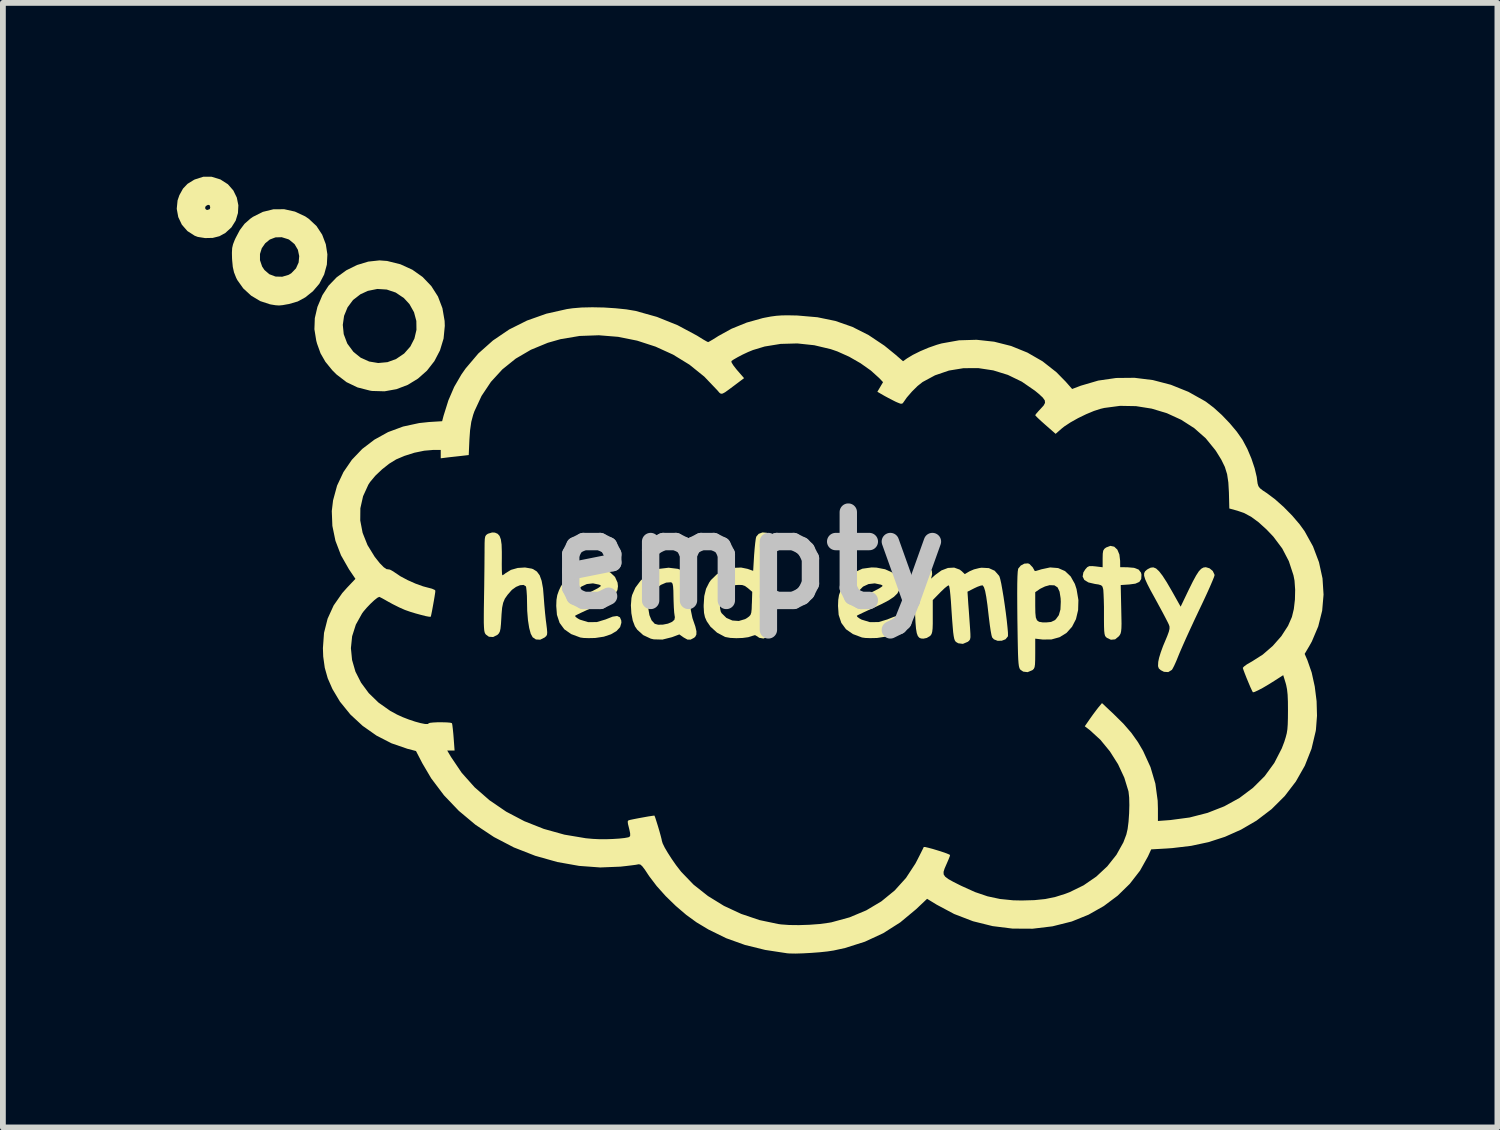
<source format=kicad_pcb>
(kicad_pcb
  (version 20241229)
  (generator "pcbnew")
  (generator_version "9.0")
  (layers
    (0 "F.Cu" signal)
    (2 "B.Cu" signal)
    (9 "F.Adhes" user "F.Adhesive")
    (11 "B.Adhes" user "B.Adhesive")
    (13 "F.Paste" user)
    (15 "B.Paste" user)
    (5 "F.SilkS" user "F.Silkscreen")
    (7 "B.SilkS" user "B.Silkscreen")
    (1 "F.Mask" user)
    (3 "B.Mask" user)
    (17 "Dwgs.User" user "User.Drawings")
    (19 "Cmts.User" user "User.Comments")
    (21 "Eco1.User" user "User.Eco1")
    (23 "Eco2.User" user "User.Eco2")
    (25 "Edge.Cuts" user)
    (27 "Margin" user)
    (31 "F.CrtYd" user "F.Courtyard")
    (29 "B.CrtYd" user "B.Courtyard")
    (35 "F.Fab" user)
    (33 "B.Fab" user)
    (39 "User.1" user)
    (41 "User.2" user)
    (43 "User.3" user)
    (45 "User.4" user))
  (footprint "empty"
    (layer "F.Cu")
    (at 9.882 6.621)
    (property "Reference" "empty" (at 0 0 0) (layer "Dwgs.User") (effects (font (size 1.524 1.524) (thickness 0.3))))
    (attr board_only exclude_from_pos_files exclude_from_bom)
    (fp_poly (pts (xy -9.133 -6.576) (xy -9.128 -6.574) (xy -9 -6.492) (xy -8.906 -6.385) (xy -8.846 -6.262) (xy -8.819 -6.129) (xy -8.826 -5.995) (xy -8.865 -5.865) (xy -8.938 -5.748) (xy -9.044 -5.651) (xy -9.146 -5.595) (xy -9.261 -5.566) (xy -9.393 -5.563) (xy -9.519 -5.583) (xy -9.572 -5.603) (xy -9.698 -5.684) (xy -9.794 -5.794) (xy -9.856 -5.925) (xy -9.882 -6.067) (xy -9.881 -6.081) (xy -9.394 -6.081) (xy -9.377 -6.054) (xy -9.352 -6.048) (xy -9.312 -6.063) (xy -9.304 -6.096) (xy -9.317 -6.133) (xy -9.344 -6.136) (xy -9.382 -6.115) (xy -9.394 -6.081) (xy -9.881 -6.081) (xy -9.868 -6.213) (xy -9.837 -6.303) (xy -9.774 -6.417) (xy -9.696 -6.499) (xy -9.589 -6.565) (xy -9.572 -6.574) (xy -9.425 -6.621) (xy -9.281 -6.621)) (stroke (width 0) (type solid)) (fill yes) (layer "F.SilkS"))
    (fp_poly (pts (xy 6.294 -0.238) (xy 6.348 -0.187) (xy 6.383 -0.103) (xy 6.396 0.006) (xy 6.397 0.116) (xy 6.519 0.117) (xy 6.636 0.127) (xy 6.715 0.157) (xy 6.756 0.21) (xy 6.764 0.245) (xy 6.76 0.32) (xy 6.727 0.37) (xy 6.659 0.4) (xy 6.555 0.414) (xy 6.406 0.424) (xy 6.415 0.834) (xy 6.418 0.982) (xy 6.42 1.091) (xy 6.418 1.168) (xy 6.413 1.221) (xy 6.405 1.257) (xy 6.392 1.284) (xy 6.374 1.308) (xy 6.31 1.361) (xy 6.237 1.368) (xy 6.169 1.336) (xy 6.15 1.32) (xy 6.136 1.3) (xy 6.127 1.267) (xy 6.121 1.215) (xy 6.118 1.135) (xy 6.117 1.021) (xy 6.117 0.932) (xy 6.117 0.8) (xy 6.114 0.679) (xy 6.11 0.58) (xy 6.106 0.512) (xy 6.103 0.493) (xy 6.091 0.451) (xy 6.068 0.428) (xy 6.022 0.414) (xy 5.961 0.405) (xy 5.849 0.379) (xy 5.778 0.336) (xy 5.749 0.277) (xy 5.762 0.205) (xy 5.796 0.152) (xy 5.829 0.115) (xy 5.863 0.098) (xy 5.915 0.097) (xy 5.97 0.102) (xy 6.094 0.117) (xy 6.094 -0.034) (xy 6.096 -0.118) (xy 6.104 -0.169) (xy 6.124 -0.201) (xy 6.154 -0.224) (xy 6.228 -0.252)) (stroke (width 0) (type solid)) (fill yes) (layer "F.SilkS"))
    (fp_poly (pts (xy -7.843 -6.02) (xy -7.667 -5.938) (xy -7.605 -5.896) (xy -7.471 -5.771) (xy -7.373 -5.622) (xy -7.31 -5.456) (xy -7.283 -5.282) (xy -7.292 -5.105) (xy -7.339 -4.934) (xy -7.422 -4.775) (xy -7.533 -4.645) (xy -7.664 -4.54) (xy -7.795 -4.469) (xy -7.946 -4.425) (xy -7.966 -4.422) (xy -8.054 -4.406) (xy -8.118 -4.4) (xy -8.177 -4.404) (xy -8.251 -4.416) (xy -8.276 -4.421) (xy -8.443 -4.476) (xy -8.599 -4.57) (xy -8.734 -4.694) (xy -8.838 -4.84) (xy -8.858 -4.88) (xy -8.894 -4.971) (xy -8.915 -5.064) (xy -8.926 -5.179) (xy -8.928 -5.212) (xy -8.93 -5.289) (xy -8.446 -5.289) (xy -8.446 -5.181) (xy -8.409 -5.072) (xy -8.369 -5.012) (xy -8.284 -4.939) (xy -8.178 -4.899) (xy -8.062 -4.896) (xy -7.951 -4.929) (xy -7.906 -4.956) (xy -7.825 -5.04) (xy -7.779 -5.142) (xy -7.769 -5.252) (xy -7.792 -5.361) (xy -7.849 -5.458) (xy -7.938 -5.532) (xy -7.955 -5.542) (xy -8.071 -5.578) (xy -8.179 -5.575) (xy -8.276 -5.538) (xy -8.356 -5.473) (xy -8.415 -5.388) (xy -8.446 -5.289) (xy -8.93 -5.289) (xy -8.93 -5.316) (xy -8.926 -5.391) (xy -8.911 -5.456) (xy -8.883 -5.528) (xy -8.868 -5.561) (xy -8.794 -5.701) (xy -8.713 -5.809) (xy -8.612 -5.898) (xy -8.568 -5.929) (xy -8.397 -6.015) (xy -8.214 -6.06) (xy -8.028 -6.061)) (stroke (width 0) (type solid)) (fill yes) (layer "F.SilkS"))
    (fp_poly (pts (xy 7.938 0.135) (xy 7.994 0.181) (xy 8.023 0.241) (xy 8.025 0.256) (xy 8.015 0.288) (xy 7.987 0.357) (xy 7.945 0.455) (xy 7.89 0.577) (xy 7.825 0.717) (xy 7.754 0.866) (xy 7.677 1.029) (xy 7.602 1.191) (xy 7.533 1.342) (xy 7.474 1.475) (xy 7.428 1.581) (xy 7.404 1.639) (xy 7.365 1.735) (xy 7.328 1.817) (xy 7.298 1.874) (xy 7.287 1.889) (xy 7.226 1.926) (xy 7.152 1.921) (xy 7.097 1.893) (xy 7.063 1.862) (xy 7.05 1.823) (xy 7.053 1.757) (xy 7.054 1.747) (xy 7.068 1.68) (xy 7.097 1.585) (xy 7.136 1.478) (xy 7.165 1.409) (xy 7.209 1.304) (xy 7.236 1.23) (xy 7.248 1.179) (xy 7.248 1.141) (xy 7.239 1.112) (xy 7.22 1.071) (xy 7.182 0.997) (xy 7.13 0.898) (xy 7.067 0.782) (xy 7.002 0.662) (xy 6.922 0.517) (xy 6.865 0.406) (xy 6.828 0.324) (xy 6.81 0.264) (xy 6.81 0.221) (xy 6.826 0.188) (xy 6.857 0.16) (xy 6.875 0.148) (xy 6.923 0.124) (xy 6.969 0.119) (xy 7.016 0.138) (xy 7.067 0.185) (xy 7.126 0.261) (xy 7.198 0.372) (xy 7.285 0.521) (xy 7.311 0.567) (xy 7.44 0.797) (xy 7.581 0.503) (xy 7.651 0.362) (xy 7.707 0.259) (xy 7.753 0.188) (xy 7.794 0.144) (xy 7.833 0.122) (xy 7.874 0.116)) (stroke (width 0) (type solid)) (fill yes) (layer "F.SilkS"))
    (fp_poly (pts (xy -6.252 -5.168) (xy -6.023 -5.111) (xy -5.817 -5.017) (xy -5.639 -4.891) (xy -5.49 -4.735) (xy -5.375 -4.555) (xy -5.298 -4.353) (xy -5.26 -4.133) (xy -5.257 -4.047) (xy -5.278 -3.829) (xy -5.34 -3.625) (xy -5.437 -3.439) (xy -5.565 -3.275) (xy -5.72 -3.138) (xy -5.896 -3.03) (xy -6.09 -2.956) (xy -6.296 -2.919) (xy -6.511 -2.925) (xy -6.548 -2.931) (xy -6.763 -2.986) (xy -6.953 -3.077) (xy -7.126 -3.21) (xy -7.199 -3.283) (xy -7.317 -3.428) (xy -7.401 -3.574) (xy -7.461 -3.741) (xy -7.475 -3.793) (xy -7.507 -3.99) (xy -7.504 -4.065) (xy -7.017 -4.065) (xy -7.001 -3.905) (xy -6.943 -3.751) (xy -6.935 -3.736) (xy -6.833 -3.599) (xy -6.707 -3.498) (xy -6.562 -3.433) (xy -6.406 -3.407) (xy -6.246 -3.422) (xy -6.098 -3.476) (xy -5.958 -3.571) (xy -5.852 -3.691) (xy -5.781 -3.83) (xy -5.746 -3.979) (xy -5.748 -4.133) (xy -5.788 -4.283) (xy -5.867 -4.424) (xy -5.963 -4.528) (xy -6.104 -4.623) (xy -6.259 -4.675) (xy -6.421 -4.685) (xy -6.585 -4.652) (xy -6.713 -4.593) (xy -6.841 -4.494) (xy -6.935 -4.367) (xy -6.995 -4.221) (xy -7.017 -4.065) (xy -7.504 -4.065) (xy -7.5 -4.181) (xy -7.455 -4.375) (xy -7.369 -4.578) (xy -7.262 -4.742) (xy -7.122 -4.887) (xy -6.956 -5.007) (xy -6.772 -5.098) (xy -6.578 -5.157) (xy -6.384 -5.178)) (stroke (width 0) (type solid)) (fill yes) (layer "F.SilkS"))
    (fp_poly (pts (xy -1.238 0.144) (xy -1.134 0.183) (xy -1.046 0.234) (xy -0.999 0.287) (xy -0.985 0.352) (xy -0.998 0.431) (xy -1.019 0.563) (xy -1.023 0.713) (xy -1.011 0.863) (xy -0.984 0.993) (xy -0.974 1.023) (xy -0.934 1.139) (xy -0.915 1.221) (xy -0.916 1.278) (xy -0.936 1.317) (xy -0.957 1.335) (xy -1.016 1.366) (xy -1.07 1.365) (xy -1.135 1.329) (xy -1.142 1.324) (xy -1.21 1.276) (xy -1.338 1.324) (xy -1.502 1.365) (xy -1.652 1.361) (xy -1.703 1.349) (xy -1.833 1.288) (xy -1.936 1.195) (xy -1.976 1.137) (xy -2.014 1.037) (xy -2.038 0.91) (xy -2.042 0.837) (xy -1.744 0.837) (xy -1.726 0.944) (xy -1.689 1.033) (xy -1.635 1.092) (xy -1.634 1.093) (xy -1.575 1.109) (xy -1.493 1.107) (xy -1.407 1.09) (xy -1.337 1.06) (xy -1.336 1.06) (xy -1.295 1.023) (xy -1.287 0.979) (xy -1.292 0.949) (xy -1.299 0.896) (xy -1.305 0.81) (xy -1.309 0.705) (xy -1.311 0.631) (xy -1.313 0.521) (xy -1.318 0.448) (xy -1.326 0.405) (xy -1.338 0.384) (xy -1.357 0.376) (xy -1.438 0.382) (xy -1.528 0.421) (xy -1.614 0.485) (xy -1.683 0.566) (xy -1.713 0.621) (xy -1.74 0.725) (xy -1.744 0.837) (xy -2.042 0.837) (xy -2.046 0.774) (xy -2.036 0.647) (xy -2.025 0.597) (xy -1.969 0.47) (xy -1.879 0.349) (xy -1.767 0.245) (xy -1.699 0.201) (xy -1.553 0.144) (xy -1.395 0.125)) (stroke (width 0) (type solid)) (fill yes) (layer "F.SilkS"))
    (fp_poly (pts (xy -2.67 0.123) (xy -2.52 0.152) (xy -2.403 0.206) (xy -2.32 0.284) (xy -2.276 0.382) (xy -2.269 0.445) (xy -2.278 0.51) (xy -2.31 0.569) (xy -2.368 0.627) (xy -2.458 0.687) (xy -2.583 0.753) (xy -2.71 0.812) (xy -2.815 0.86) (xy -2.906 0.902) (xy -2.972 0.934) (xy -3.006 0.952) (xy -3.008 0.954) (xy -3.001 0.973) (xy -2.96 1.002) (xy -2.925 1.021) (xy -2.784 1.064) (xy -2.634 1.063) (xy -2.481 1.017) (xy -2.469 1.012) (xy -2.36 0.969) (xy -2.283 0.958) (xy -2.235 0.981) (xy -2.212 1.036) (xy -2.21 1.075) (xy -2.232 1.15) (xy -2.294 1.218) (xy -2.39 1.274) (xy -2.513 1.315) (xy -2.658 1.337) (xy -2.683 1.338) (xy -2.777 1.34) (xy -2.863 1.337) (xy -2.919 1.329) (xy -3.077 1.27) (xy -3.195 1.187) (xy -3.276 1.077) (xy -3.322 0.938) (xy -3.334 0.784) (xy -3.33 0.679) (xy -3.327 0.661) (xy -3.047 0.661) (xy -3.038 0.665) (xy -3.006 0.657) (xy -2.947 0.634) (xy -2.854 0.594) (xy -2.803 0.571) (xy -2.72 0.533) (xy -2.647 0.495) (xy -2.606 0.472) (xy -2.568 0.445) (xy -2.567 0.429) (xy -2.594 0.417) (xy -2.7 0.395) (xy -2.807 0.407) (xy -2.897 0.449) (xy -2.907 0.456) (xy -2.958 0.509) (xy -3.006 0.572) (xy -3.039 0.63) (xy -3.047 0.661) (xy -3.327 0.661) (xy -3.316 0.597) (xy -3.288 0.518) (xy -3.257 0.452) (xy -3.165 0.308) (xy -3.051 0.205) (xy -2.913 0.142) (xy -2.752 0.12)) (stroke (width 0) (type solid)) (fill yes) (layer "F.SilkS"))
    (fp_poly (pts (xy 2.192 0.123) (xy 2.341 0.152) (xy 2.459 0.206) (xy 2.541 0.284) (xy 2.586 0.382) (xy 2.592 0.445) (xy 2.583 0.51) (xy 2.552 0.569) (xy 2.493 0.627) (xy 2.404 0.687) (xy 2.278 0.753) (xy 2.152 0.812) (xy 2.046 0.86) (xy 1.956 0.902) (xy 1.889 0.934) (xy 1.855 0.952) (xy 1.853 0.954) (xy 1.861 0.973) (xy 1.901 1.002) (xy 1.936 1.021) (xy 2.078 1.064) (xy 2.227 1.063) (xy 2.381 1.017) (xy 2.392 1.012) (xy 2.501 0.969) (xy 2.578 0.958) (xy 2.627 0.981) (xy 2.649 1.036) (xy 2.652 1.075) (xy 2.63 1.15) (xy 2.567 1.218) (xy 2.472 1.274) (xy 2.348 1.315) (xy 2.204 1.337) (xy 2.179 1.338) (xy 2.084 1.34) (xy 1.999 1.337) (xy 1.942 1.329) (xy 1.785 1.27) (xy 1.666 1.187) (xy 1.585 1.077) (xy 1.539 0.938) (xy 1.528 0.784) (xy 1.532 0.679) (xy 1.535 0.661) (xy 1.814 0.661) (xy 1.823 0.665) (xy 1.855 0.657) (xy 1.914 0.634) (xy 2.007 0.594) (xy 2.059 0.571) (xy 2.141 0.533) (xy 2.215 0.495) (xy 2.255 0.472) (xy 2.293 0.445) (xy 2.294 0.429) (xy 2.267 0.417) (xy 2.162 0.395) (xy 2.055 0.407) (xy 1.964 0.449) (xy 1.955 0.456) (xy 1.903 0.509) (xy 1.856 0.572) (xy 1.823 0.63) (xy 1.814 0.661) (xy 1.535 0.661) (xy 1.545 0.597) (xy 1.573 0.518) (xy 1.604 0.452) (xy 1.696 0.308) (xy 1.811 0.205) (xy 1.948 0.142) (xy 2.109 0.12)) (stroke (width 0) (type solid)) (fill yes) (layer "F.SilkS"))
    (fp_poly (pts (xy 4.832 0.061) (xy 4.887 0.118) (xy 4.923 0.182) (xy 4.945 0.18) (xy 4.997 0.165) (xy 5.034 0.153) (xy 5.188 0.12) (xy 5.326 0.131) (xy 5.445 0.183) (xy 5.542 0.275) (xy 5.615 0.405) (xy 5.644 0.494) (xy 5.676 0.683) (xy 5.671 0.856) (xy 5.634 1.012) (xy 5.566 1.144) (xy 5.471 1.25) (xy 5.351 1.324) (xy 5.21 1.363) (xy 5.059 1.364) (xy 4.931 1.349) (xy 4.931 1.603) (xy 4.93 1.716) (xy 4.927 1.792) (xy 4.92 1.84) (xy 4.907 1.869) (xy 4.887 1.889) (xy 4.879 1.894) (xy 4.8 1.927) (xy 4.724 1.918) (xy 4.678 1.887) (xy 4.666 1.873) (xy 4.657 1.852) (xy 4.649 1.821) (xy 4.643 1.775) (xy 4.638 1.708) (xy 4.634 1.616) (xy 4.631 1.495) (xy 4.628 1.339) (xy 4.625 1.144) (xy 4.623 1.02) (xy 4.621 0.784) (xy 4.931 0.784) (xy 4.933 0.903) (xy 4.941 0.983) (xy 4.961 1.032) (xy 4.997 1.058) (xy 5.056 1.068) (xy 5.12 1.069) (xy 5.204 1.061) (xy 5.266 1.032) (xy 5.287 1.014) (xy 5.338 0.944) (xy 5.366 0.845) (xy 5.372 0.713) (xy 5.369 0.651) (xy 5.351 0.538) (xy 5.317 0.465) (xy 5.262 0.429) (xy 5.183 0.426) (xy 5.18 0.426) (xy 5.1 0.448) (xy 5.021 0.486) (xy 5.011 0.492) (xy 4.931 0.547) (xy 4.931 0.784) (xy 4.621 0.784) (xy 4.621 0.77) (xy 4.62 0.563) (xy 4.621 0.4) (xy 4.624 0.277) (xy 4.629 0.193) (xy 4.636 0.147) (xy 4.638 0.14) (xy 4.681 0.088) (xy 4.742 0.055) (xy 4.806 0.05)) (stroke (width 0) (type solid)) (fill yes) (layer "F.SilkS"))
    (fp_poly (pts (xy 0.298 -0.478) (xy 0.336 -0.458) (xy 0.362 -0.423) (xy 0.378 -0.365) (xy 0.385 -0.28) (xy 0.383 -0.161) (xy 0.373 -0.002) (xy 0.372 0.014) (xy 0.363 0.155) (xy 0.357 0.327) (xy 0.353 0.514) (xy 0.351 0.698) (xy 0.352 0.822) (xy 0.354 0.981) (xy 0.355 1.099) (xy 0.353 1.183) (xy 0.349 1.241) (xy 0.342 1.277) (xy 0.332 1.3) (xy 0.318 1.314) (xy 0.315 1.317) (xy 0.241 1.347) (xy 0.168 1.334) (xy 0.138 1.312) (xy 0.096 1.288) (xy 0.05 1.301) (xy 0.046 1.303) (xy -0.021 1.324) (xy -0.118 1.337) (xy -0.227 1.341) (xy -0.331 1.336) (xy -0.415 1.321) (xy -0.427 1.316) (xy -0.56 1.245) (xy -0.673 1.142) (xy -0.738 1.047) (xy -0.768 0.978) (xy -0.784 0.904) (xy -0.789 0.816) (xy -0.509 0.816) (xy -0.496 0.881) (xy -0.481 0.909) (xy -0.398 0.991) (xy -0.295 1.036) (xy -0.184 1.044) (xy -0.075 1.012) (xy -0.044 0.994) (xy -0.006 0.966) (xy 0.018 0.939) (xy 0.031 0.901) (xy 0.038 0.84) (xy 0.041 0.745) (xy 0.042 0.74) (xy 0.048 0.541) (xy -0.027 0.477) (xy -0.078 0.44) (xy -0.127 0.423) (xy -0.195 0.422) (xy -0.227 0.424) (xy -0.313 0.437) (xy -0.375 0.464) (xy -0.425 0.507) (xy -0.468 0.558) (xy -0.492 0.612) (xy -0.505 0.688) (xy -0.507 0.718) (xy -0.509 0.816) (xy -0.789 0.816) (xy -0.79 0.807) (xy -0.79 0.77) (xy -0.78 0.614) (xy -0.749 0.488) (xy -0.694 0.379) (xy -0.665 0.338) (xy -0.563 0.239) (xy -0.433 0.168) (xy -0.29 0.128) (xy -0.144 0.122) (xy -0.032 0.145) (xy 0.064 0.179) (xy 0.08 -0.089) (xy 0.089 -0.201) (xy 0.099 -0.3) (xy 0.109 -0.375) (xy 0.117 -0.41) (xy 0.158 -0.459) (xy 0.225 -0.484)) (stroke (width 0) (type solid)) (fill yes) (layer "F.SilkS"))
    (fp_poly (pts (xy -4.393 -0.481) (xy -4.346 -0.461) (xy -4.312 -0.424) (xy -4.29 -0.364) (xy -4.277 -0.275) (xy -4.273 -0.15) (xy -4.273 -0.043) (xy -4.274 0.069) (xy -4.273 0.162) (xy -4.27 0.227) (xy -4.265 0.255) (xy -4.264 0.256) (xy -4.237 0.242) (xy -4.208 0.219) (xy -4.115 0.162) (xy -3.998 0.129) (xy -3.873 0.121) (xy -3.756 0.141) (xy -3.732 0.15) (xy -3.668 0.191) (xy -3.62 0.256) (xy -3.586 0.351) (xy -3.562 0.482) (xy -3.55 0.628) (xy -3.54 0.761) (xy -3.527 0.905) (xy -3.513 1.036) (xy -3.507 1.079) (xy -3.495 1.177) (xy -3.49 1.24) (xy -3.493 1.279) (xy -3.506 1.304) (xy -3.531 1.326) (xy -3.534 1.329) (xy -3.61 1.367) (xy -3.685 1.363) (xy -3.741 1.325) (xy -3.774 1.264) (xy -3.801 1.164) (xy -3.822 1.03) (xy -3.835 0.869) (xy -3.838 0.717) (xy -3.84 0.613) (xy -3.846 0.525) (xy -3.853 0.464) (xy -3.859 0.445) (xy -3.898 0.422) (xy -3.959 0.427) (xy -4.028 0.456) (xy -4.095 0.504) (xy -4.109 0.518) (xy -4.175 0.594) (xy -4.221 0.66) (xy -4.25 0.73) (xy -4.268 0.816) (xy -4.278 0.93) (xy -4.281 0.986) (xy -4.288 1.1) (xy -4.296 1.177) (xy -4.307 1.226) (xy -4.324 1.258) (xy -4.347 1.282) (xy -4.348 1.283) (xy -4.423 1.321) (xy -4.496 1.316) (xy -4.547 1.279) (xy -4.56 1.262) (xy -4.57 1.239) (xy -4.577 1.203) (xy -4.581 1.15) (xy -4.584 1.073) (xy -4.584 0.968) (xy -4.583 0.827) (xy -4.58 0.646) (xy -4.58 0.634) (xy -4.577 0.456) (xy -4.575 0.279) (xy -4.573 0.114) (xy -4.572 -0.03) (xy -4.571 -0.144) (xy -4.571 -0.197) (xy -4.57 -0.302) (xy -4.567 -0.372) (xy -4.559 -0.414) (xy -4.544 -0.439) (xy -4.52 -0.457) (xy -4.511 -0.462) (xy -4.441 -0.483)) (stroke (width 0) (type solid)) (fill yes) (layer "F.SilkS"))
    (fp_poly (pts (xy 3.042 0.079) (xy 3.107 0.127) (xy 3.147 0.18) (xy 3.152 0.233) (xy 3.149 0.25) (xy 3.134 0.314) (xy 3.201 0.253) (xy 3.312 0.172) (xy 3.425 0.129) (xy 3.532 0.123) (xy 3.626 0.157) (xy 3.663 0.185) (xy 3.715 0.235) (xy 3.799 0.186) (xy 3.873 0.154) (xy 3.965 0.131) (xy 4.005 0.125) (xy 4.131 0.132) (xy 4.231 0.177) (xy 4.304 0.26) (xy 4.314 0.277) (xy 4.327 0.32) (xy 4.345 0.4) (xy 4.364 0.507) (xy 4.385 0.633) (xy 4.405 0.769) (xy 4.424 0.906) (xy 4.44 1.036) (xy 4.452 1.151) (xy 4.46 1.241) (xy 4.461 1.298) (xy 4.458 1.312) (xy 4.418 1.36) (xy 4.353 1.385) (xy 4.281 1.386) (xy 4.218 1.361) (xy 4.187 1.327) (xy 4.176 1.288) (xy 4.162 1.213) (xy 4.147 1.111) (xy 4.132 0.991) (xy 4.127 0.949) (xy 4.106 0.767) (xy 4.086 0.628) (xy 4.067 0.528) (xy 4.047 0.464) (xy 4.027 0.432) (xy 4.024 0.43) (xy 3.993 0.433) (xy 3.936 0.453) (xy 3.882 0.478) (xy 3.762 0.539) (xy 3.776 0.752) (xy 3.786 0.881) (xy 3.796 1.023) (xy 3.805 1.151) (xy 3.806 1.165) (xy 3.812 1.263) (xy 3.813 1.324) (xy 3.806 1.362) (xy 3.789 1.386) (xy 3.766 1.404) (xy 3.683 1.439) (xy 3.603 1.429) (xy 3.569 1.409) (xy 3.555 1.397) (xy 3.543 1.378) (xy 3.533 1.349) (xy 3.524 1.304) (xy 3.515 1.238) (xy 3.507 1.145) (xy 3.497 1.02) (xy 3.486 0.859) (xy 3.476 0.703) (xy 3.467 0.597) (xy 3.458 0.51) (xy 3.448 0.45) (xy 3.44 0.429) (xy 3.417 0.439) (xy 3.37 0.476) (xy 3.31 0.533) (xy 3.293 0.55) (xy 3.163 0.683) (xy 3.163 0.969) (xy 3.163 1.092) (xy 3.16 1.176) (xy 3.153 1.233) (xy 3.142 1.269) (xy 3.124 1.295) (xy 3.117 1.303) (xy 3.059 1.337) (xy 3.001 1.349) (xy 2.96 1.346) (xy 2.929 1.332) (xy 2.905 1.303) (xy 2.887 1.254) (xy 2.874 1.178) (xy 2.865 1.071) (xy 2.858 0.928) (xy 2.852 0.761) (xy 2.848 0.592) (xy 2.846 0.463) (xy 2.846 0.367) (xy 2.85 0.296) (xy 2.858 0.245) (xy 2.868 0.205) (xy 2.873 0.192) (xy 2.922 0.109) (xy 2.978 0.071)) (stroke (width 0) (type solid)) (fill yes) (layer "F.SilkS"))
    (fp_poly (pts (xy -2.511 -4.365) (xy -2.311 -4.352) (xy -2.125 -4.333) (xy -1.97 -4.307) (xy -1.965 -4.306) (xy -1.597 -4.203) (xy -1.241 -4.06) (xy -0.907 -3.881) (xy -0.87 -3.858) (xy -0.799 -3.814) (xy -0.743 -3.782) (xy -0.714 -3.768) (xy -0.713 -3.768) (xy -0.689 -3.78) (xy -0.635 -3.811) (xy -0.563 -3.856) (xy -0.54 -3.871) (xy -0.308 -3.999) (xy -0.047 -4.105) (xy 0.228 -4.182) (xy 0.257 -4.188) (xy 0.367 -4.209) (xy 0.464 -4.222) (xy 0.562 -4.229) (xy 0.676 -4.23) (xy 0.82 -4.227) (xy 0.837 -4.226) (xy 1.172 -4.197) (xy 1.483 -4.133) (xy 1.775 -4.031) (xy 2.054 -3.89) (xy 2.328 -3.707) (xy 2.52 -3.551) (xy 2.65 -3.438) (xy 2.719 -3.487) (xy 2.818 -3.547) (xy 2.947 -3.611) (xy 3.091 -3.672) (xy 3.234 -3.722) (xy 3.315 -3.745) (xy 3.616 -3.799) (xy 3.92 -3.808) (xy 4.222 -3.775) (xy 4.515 -3.701) (xy 4.796 -3.587) (xy 5.058 -3.436) (xy 5.297 -3.248) (xy 5.455 -3.087) (xy 5.568 -2.959) (xy 5.718 -3.016) (xy 6.018 -3.104) (xy 6.328 -3.149) (xy 6.644 -3.152) (xy 6.96 -3.113) (xy 7.271 -3.032) (xy 7.574 -2.91) (xy 7.861 -2.749) (xy 7.882 -2.735) (xy 8.012 -2.636) (xy 8.151 -2.51) (xy 8.287 -2.368) (xy 8.408 -2.224) (xy 8.503 -2.089) (xy 8.512 -2.074) (xy 8.591 -1.925) (xy 8.661 -1.759) (xy 8.717 -1.592) (xy 8.753 -1.441) (xy 8.759 -1.393) (xy 8.768 -1.327) (xy 8.782 -1.282) (xy 8.809 -1.246) (xy 8.859 -1.207) (xy 8.929 -1.161) (xy 9.069 -1.056) (xy 9.218 -0.923) (xy 9.364 -0.775) (xy 9.493 -0.624) (xy 9.579 -0.505) (xy 9.724 -0.243) (xy 9.827 0.03) (xy 9.888 0.309) (xy 9.906 0.589) (xy 9.882 0.867) (xy 9.814 1.138) (xy 9.704 1.398) (xy 9.662 1.473) (xy 9.58 1.612) (xy 9.627 1.72) (xy 9.701 1.933) (xy 9.754 2.174) (xy 9.786 2.427) (xy 9.793 2.679) (xy 9.775 2.915) (xy 9.771 2.943) (xy 9.698 3.25) (xy 9.583 3.541) (xy 9.428 3.814) (xy 9.236 4.065) (xy 9.009 4.291) (xy 8.749 4.489) (xy 8.483 4.644) (xy 8.205 4.768) (xy 7.921 4.86) (xy 7.622 4.924) (xy 7.295 4.963) (xy 7.195 4.97) (xy 6.932 4.985) (xy 6.875 5.109) (xy 6.739 5.352) (xy 6.563 5.579) (xy 6.353 5.784) (xy 6.114 5.963) (xy 5.851 6.112) (xy 5.57 6.226) (xy 5.559 6.23) (xy 5.228 6.313) (xy 4.886 6.354) (xy 4.54 6.352) (xy 4.195 6.309) (xy 3.857 6.225) (xy 3.532 6.1) (xy 3.232 5.94) (xy 3.065 5.838) (xy 2.876 6.017) (xy 2.603 6.244) (xy 2.309 6.431) (xy 1.992 6.578) (xy 1.649 6.687) (xy 1.452 6.73) (xy 1.347 6.746) (xy 1.215 6.76) (xy 1.07 6.771) (xy 0.926 6.779) (xy 0.794 6.783) (xy 0.69 6.781) (xy 0.651 6.778) (xy 0.271 6.72) (xy -0.078 6.634) (xy -0.401 6.518) (xy -0.707 6.368) (xy -0.915 6.243) (xy -1.091 6.115) (xy -1.271 5.961) (xy -1.445 5.792) (xy -1.6 5.619) (xy -1.727 5.452) (xy -1.746 5.424) (xy -1.806 5.333) (xy -1.849 5.277) (xy -1.881 5.248) (xy -1.908 5.242) (xy -1.918 5.243) (xy -1.96 5.251) (xy -2.036 5.261) (xy -2.136 5.273) (xy -2.226 5.283) (xy -2.575 5.297) (xy -2.94 5.27) (xy -3.316 5.203) (xy -3.699 5.095) (xy -3.701 5.094) (xy -4.066 4.951) (xy -4.409 4.772) (xy -4.727 4.561) (xy -5.015 4.32) (xy -5.271 4.052) (xy -5.491 3.76) (xy -5.643 3.502) (xy -5.754 3.288) (xy -5.903 3.249) (xy -6.176 3.155) (xy -6.435 3.022) (xy -6.674 2.854) (xy -6.886 2.658) (xy -7.066 2.436) (xy -7.196 2.218) (xy -7.277 2.033) (xy -7.328 1.852) (xy -7.355 1.658) (xy -7.36 1.513) (xy -6.877 1.513) (xy -6.857 1.717) (xy -6.799 1.918) (xy -6.702 2.109) (xy -6.569 2.289) (xy -6.401 2.452) (xy -6.2 2.594) (xy -6.081 2.659) (xy -5.982 2.704) (xy -5.876 2.745) (xy -5.771 2.78) (xy -5.676 2.806) (xy -5.6 2.821) (xy -5.55 2.822) (xy -5.536 2.811) (xy -5.515 2.802) (xy -5.46 2.796) (xy -5.385 2.792) (xy -5.302 2.792) (xy -5.223 2.794) (xy -5.163 2.799) (xy -5.133 2.808) (xy -5.133 2.809) (xy -5.127 2.838) (xy -5.119 2.903) (xy -5.11 2.992) (xy -5.105 3.053) (xy -5.088 3.28) (xy -5.215 3.28) (xy -5.15 3.39) (xy -4.965 3.664) (xy -4.742 3.914) (xy -4.485 4.138) (xy -4.198 4.334) (xy -3.884 4.499) (xy -3.548 4.632) (xy -3.193 4.731) (xy -2.823 4.793) (xy -2.704 4.804) (xy -2.6 4.809) (xy -2.483 4.81) (xy -2.362 4.806) (xy -2.25 4.799) (xy -2.156 4.789) (xy -2.091 4.777) (xy -2.072 4.77) (xy -2.058 4.749) (xy -2.059 4.706) (xy -2.075 4.631) (xy -2.078 4.62) (xy -2.096 4.547) (xy -2.101 4.506) (xy -2.092 4.487) (xy -2.066 4.478) (xy -2.062 4.477) (xy -2 4.464) (xy -1.918 4.448) (xy -1.83 4.432) (xy -1.747 4.417) (xy -1.681 4.407) (xy -1.644 4.402) (xy -1.64 4.402) (xy -1.626 4.436) (xy -1.605 4.502) (xy -1.579 4.585) (xy -1.553 4.673) (xy -1.531 4.753) (xy -1.516 4.812) (xy -1.512 4.835) (xy -1.498 4.881) (xy -1.462 4.955) (xy -1.407 5.048) (xy -1.34 5.152) (xy -1.267 5.257) (xy -1.192 5.354) (xy -1.176 5.374) (xy -0.964 5.594) (xy -0.716 5.79) (xy -0.44 5.96) (xy -0.141 6.099) (xy 0.173 6.205) (xy 0.497 6.273) (xy 0.547 6.28) (xy 0.686 6.29) (xy 0.854 6.292) (xy 1.034 6.286) (xy 1.21 6.273) (xy 1.365 6.252) (xy 1.413 6.244) (xy 1.727 6.158) (xy 2.016 6.037) (xy 2.276 5.882) (xy 2.505 5.695) (xy 2.701 5.478) (xy 2.862 5.232) (xy 2.889 5.181) (xy 2.936 5.089) (xy 2.974 5.013) (xy 3 4.961) (xy 3.007 4.944) (xy 3.03 4.944) (xy 3.085 4.957) (xy 3.161 4.977) (xy 3.247 5.003) (xy 3.332 5.03) (xy 3.403 5.055) (xy 3.45 5.075) (xy 3.461 5.082) (xy 3.456 5.105) (xy 3.435 5.159) (xy 3.403 5.233) (xy 3.397 5.246) (xy 3.366 5.318) (xy 3.349 5.373) (xy 3.351 5.417) (xy 3.377 5.456) (xy 3.431 5.497) (xy 3.517 5.545) (xy 3.64 5.607) (xy 3.661 5.617) (xy 3.893 5.722) (xy 4.108 5.795) (xy 4.323 5.841) (xy 4.552 5.864) (xy 4.699 5.867) (xy 4.916 5.861) (xy 5.103 5.842) (xy 5.274 5.807) (xy 5.446 5.753) (xy 5.525 5.723) (xy 5.766 5.605) (xy 5.984 5.455) (xy 6.174 5.278) (xy 6.332 5.079) (xy 6.452 4.864) (xy 6.503 4.729) (xy 6.525 4.634) (xy 6.541 4.508) (xy 6.551 4.365) (xy 6.555 4.222) (xy 6.552 4.091) (xy 6.541 3.99) (xy 6.539 3.98) (xy 6.468 3.748) (xy 6.36 3.516) (xy 6.22 3.295) (xy 6.056 3.095) (xy 5.874 2.928) (xy 5.853 2.912) (xy 5.786 2.861) (xy 5.873 2.735) (xy 5.93 2.655) (xy 5.987 2.579) (xy 6.021 2.535) (xy 6.083 2.461) (xy 6.287 2.653) (xy 6.454 2.818) (xy 6.59 2.975) (xy 6.703 3.134) (xy 6.792 3.286) (xy 6.92 3.566) (xy 7.004 3.851) (xy 7.044 4.146) (xy 7.048 4.285) (xy 7.048 4.495) (xy 7.263 4.479) (xy 7.594 4.435) (xy 7.905 4.355) (xy 8.193 4.242) (xy 8.455 4.098) (xy 8.688 3.923) (xy 8.89 3.722) (xy 9.056 3.494) (xy 9.185 3.243) (xy 9.229 3.128) (xy 9.253 3.051) (xy 9.271 2.982) (xy 9.282 2.912) (xy 9.288 2.828) (xy 9.291 2.72) (xy 9.292 2.593) (xy 9.291 2.437) (xy 9.286 2.317) (xy 9.276 2.224) (xy 9.261 2.148) (xy 9.251 2.112) (xy 9.21 1.979) (xy 9.054 2.079) (xy 8.953 2.142) (xy 8.858 2.198) (xy 8.776 2.241) (xy 8.717 2.268) (xy 8.688 2.275) (xy 8.687 2.275) (xy 8.672 2.247) (xy 8.645 2.189) (xy 8.612 2.111) (xy 8.577 2.027) (xy 8.546 1.948) (xy 8.523 1.886) (xy 8.513 1.854) (xy 8.513 1.853) (xy 8.533 1.83) (xy 8.583 1.793) (xy 8.655 1.751) (xy 8.667 1.745) (xy 8.857 1.624) (xy 9.029 1.475) (xy 9.177 1.307) (xy 9.293 1.128) (xy 9.36 0.975) (xy 9.393 0.838) (xy 9.412 0.675) (xy 9.416 0.506) (xy 9.405 0.348) (xy 9.387 0.256) (xy 9.307 0.012) (xy 9.193 -0.207) (xy 9.04 -0.411) (xy 8.924 -0.533) (xy 8.783 -0.661) (xy 8.656 -0.754) (xy 8.532 -0.82) (xy 8.418 -0.859) (xy 8.28 -0.897) (xy 8.273 -1.175) (xy 8.263 -1.347) (xy 8.242 -1.488) (xy 8.203 -1.614) (xy 8.142 -1.739) (xy 8.055 -1.88) (xy 8.038 -1.905) (xy 7.873 -2.108) (xy 7.675 -2.283) (xy 7.449 -2.428) (xy 7.203 -2.541) (xy 6.941 -2.62) (xy 6.67 -2.663) (xy 6.395 -2.668) (xy 6.123 -2.632) (xy 6.059 -2.617) (xy 5.944 -2.58) (xy 5.81 -2.524) (xy 5.67 -2.456) (xy 5.54 -2.383) (xy 5.432 -2.312) (xy 5.387 -2.276) (xy 5.283 -2.185) (xy 5.107 -2.339) (xy 5.033 -2.405) (xy 4.974 -2.46) (xy 4.939 -2.496) (xy 4.931 -2.507) (xy 4.946 -2.53) (xy 4.985 -2.575) (xy 5.026 -2.619) (xy 5.076 -2.674) (xy 5.1 -2.719) (xy 5.096 -2.762) (xy 5.061 -2.811) (xy 4.992 -2.875) (xy 4.925 -2.93) (xy 4.7 -3.085) (xy 4.459 -3.202) (xy 4.207 -3.28) (xy 3.95 -3.319) (xy 3.693 -3.318) (xy 3.442 -3.277) (xy 3.202 -3.195) (xy 2.987 -3.079) (xy 2.9 -3.01) (xy 2.805 -2.916) (xy 2.715 -2.812) (xy 2.652 -2.722) (xy 2.634 -2.705) (xy 2.603 -2.706) (xy 2.548 -2.728) (xy 2.519 -2.741) (xy 2.43 -2.786) (xy 2.337 -2.836) (xy 2.307 -2.853) (xy 2.207 -2.911) (xy 2.256 -2.994) (xy 2.305 -3.077) (xy 2.24 -3.146) (xy 2.095 -3.277) (xy 1.917 -3.403) (xy 1.72 -3.516) (xy 1.517 -3.607) (xy 1.404 -3.646) (xy 1.118 -3.714) (xy 0.826 -3.745) (xy 0.538 -3.737) (xy 0.262 -3.692) (xy 0.06 -3.631) (xy -0.023 -3.597) (xy -0.115 -3.554) (xy -0.203 -3.508) (xy -0.274 -3.467) (xy -0.312 -3.441) (xy -0.308 -3.415) (xy -0.277 -3.365) (xy -0.225 -3.298) (xy -0.213 -3.284) (xy -0.093 -3.146) (xy -0.262 -3.019) (xy -0.356 -2.949) (xy -0.42 -2.903) (xy -0.463 -2.88) (xy -0.492 -2.877) (xy -0.516 -2.892) (xy -0.542 -2.922) (xy -0.553 -2.935) (xy -0.779 -3.172) (xy -1.036 -3.379) (xy -1.318 -3.552) (xy -1.621 -3.69) (xy -1.938 -3.793) (xy -2.266 -3.859) (xy -2.599 -3.886) (xy -2.931 -3.874) (xy -3.259 -3.819) (xy -3.48 -3.756) (xy -3.771 -3.636) (xy -4.033 -3.483) (xy -4.264 -3.297) (xy -4.461 -3.082) (xy -4.623 -2.839) (xy -4.747 -2.572) (xy -4.768 -2.512) (xy -4.8 -2.392) (xy -4.821 -2.246) (xy -4.832 -2.09) (xy -4.844 -1.819) (xy -4.975 -1.804) (xy -5.074 -1.793) (xy -5.175 -1.782) (xy -5.216 -1.777) (xy -5.327 -1.763) (xy -5.327 -1.907) (xy -5.462 -1.907) (xy -5.612 -1.894) (xy -5.782 -1.859) (xy -5.952 -1.805) (xy -6.096 -1.744) (xy -6.216 -1.67) (xy -6.34 -1.572) (xy -6.455 -1.463) (xy -6.546 -1.354) (xy -6.576 -1.308) (xy -6.667 -1.109) (xy -6.714 -0.901) (xy -6.716 -0.69) (xy -6.675 -0.477) (xy -6.591 -0.266) (xy -6.465 -0.061) (xy -6.377 0.049) (xy -6.31 0.117) (xy -6.261 0.15) (xy -6.24 0.152) (xy -6.203 0.158) (xy -6.148 0.188) (xy -6.116 0.21) (xy -6.022 0.273) (xy -5.898 0.339) (xy -5.763 0.399) (xy -5.633 0.446) (xy -5.547 0.469) (xy -5.478 0.487) (xy -5.431 0.508) (xy -5.42 0.521) (xy -5.423 0.555) (xy -5.433 0.62) (xy -5.447 0.703) (xy -5.463 0.792) (xy -5.478 0.874) (xy -5.491 0.937) (xy -5.499 0.97) (xy -5.499 0.971) (xy -5.526 0.971) (xy -5.586 0.96) (xy -5.668 0.939) (xy -5.76 0.914) (xy -5.852 0.886) (xy -5.932 0.858) (xy -5.946 0.853) (xy -6.045 0.809) (xy -6.155 0.754) (xy -6.232 0.712) (xy -6.304 0.671) (xy -6.36 0.641) (xy -6.387 0.628) (xy -6.388 0.628) (xy -6.421 0.644) (xy -6.475 0.687) (xy -6.539 0.747) (xy -6.605 0.816) (xy -6.662 0.883) (xy -6.685 0.915) (xy -6.792 1.107) (xy -6.856 1.308) (xy -6.877 1.513) (xy -7.36 1.513) (xy -7.36 1.512) (xy -7.341 1.249) (xy -7.279 1.004) (xy -7.175 0.776) (xy -7.026 0.562) (xy -6.944 0.47) (xy -6.799 0.317) (xy -6.91 0.153) (xy -7.048 -0.089) (xy -7.144 -0.34) (xy -7.197 -0.597) (xy -7.207 -0.853) (xy -7.185 -1.037) (xy -7.116 -1.291) (xy -7.006 -1.525) (xy -6.86 -1.738) (xy -6.681 -1.925) (xy -6.471 -2.085) (xy -6.236 -2.215) (xy -5.977 -2.311) (xy -5.699 -2.371) (xy -5.53 -2.389) (xy -5.303 -2.403) (xy -5.278 -2.498) (xy -5.195 -2.763) (xy -5.095 -2.995) (xy -4.97 -3.21) (xy -4.897 -3.314) (xy -4.678 -3.572) (xy -4.426 -3.796) (xy -4.146 -3.986) (xy -3.838 -4.14) (xy -3.505 -4.258) (xy -3.149 -4.338) (xy -3.051 -4.352) (xy -2.896 -4.365) (xy -2.711 -4.369)) (stroke (width 0) (type solid)) (fill yes) (layer "F.SilkS")))
  (gr_rect
    (start -3 -3)
    (end 22.788 16.404)
    (stroke (width 0.1) (type default))
    (fill no)
    (layer "Edge.Cuts")))
</source>
